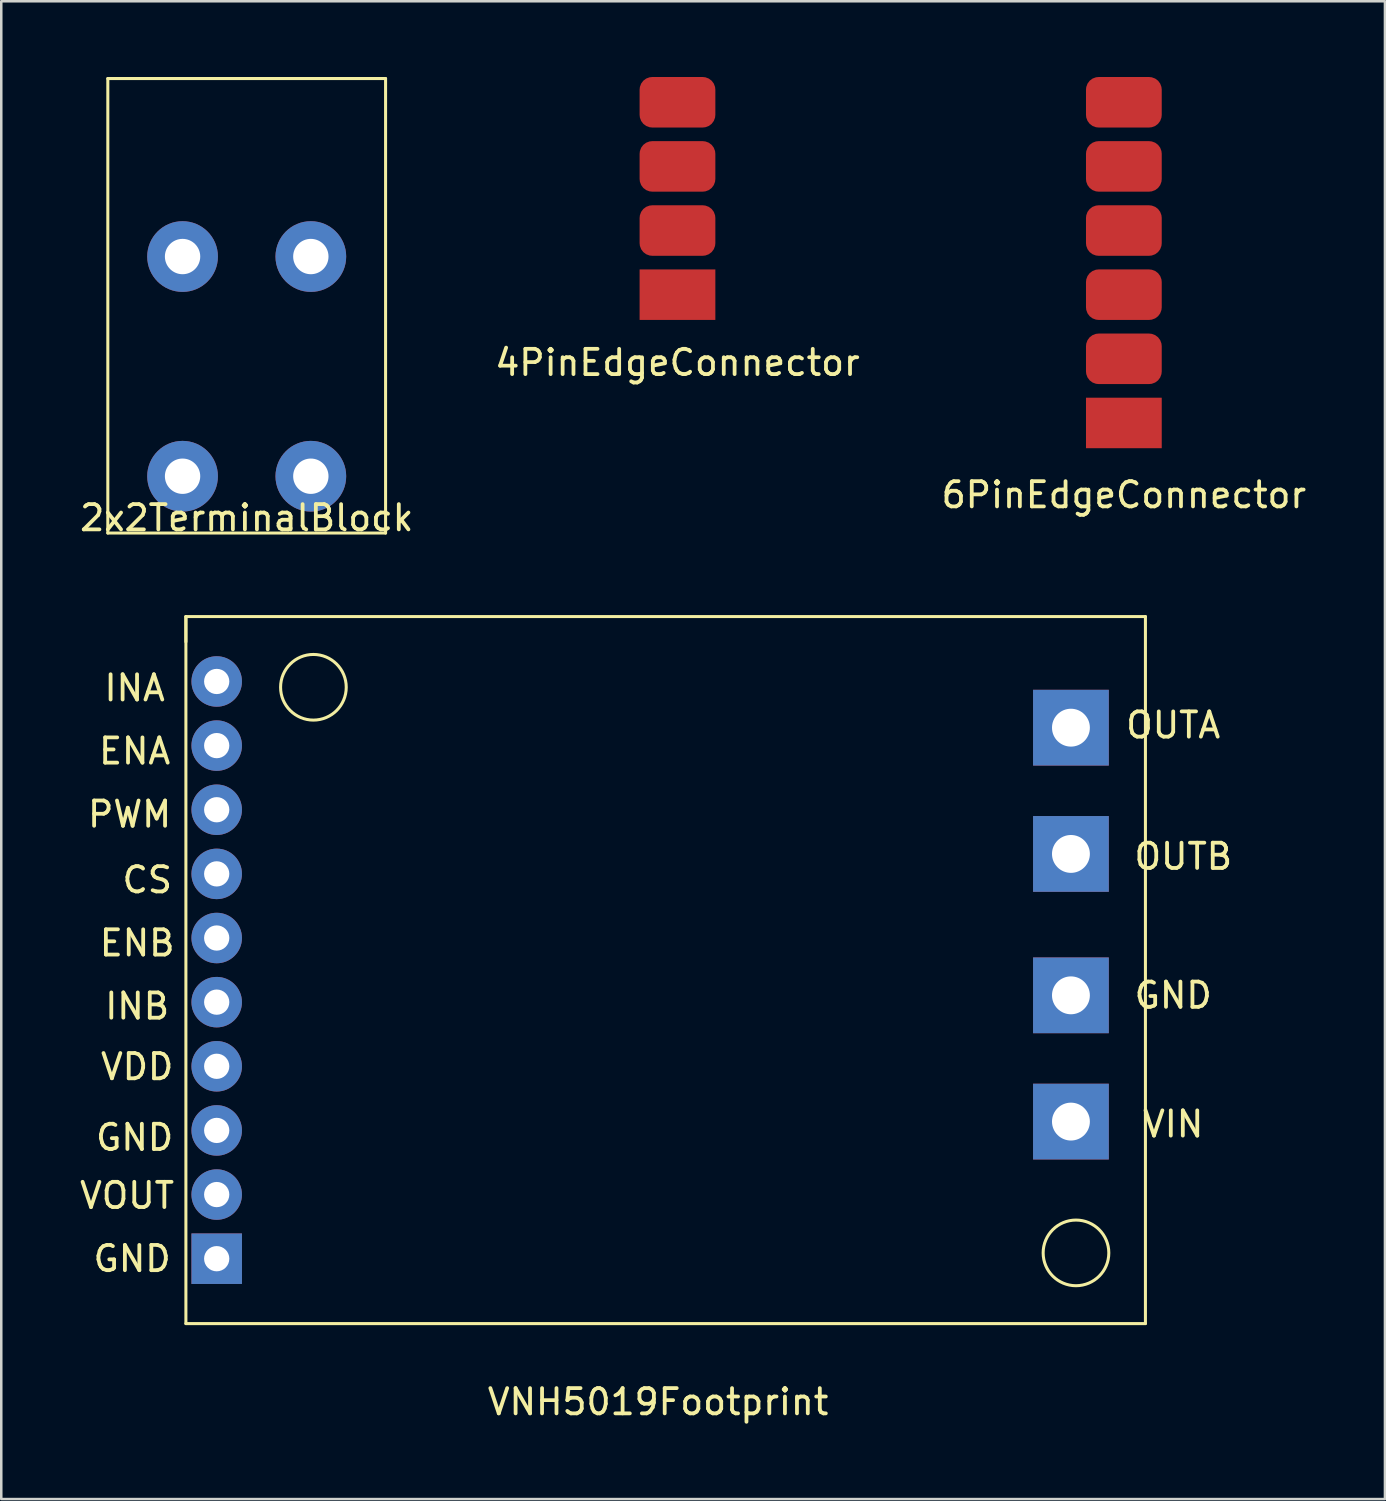
<source format=kicad_pcb>
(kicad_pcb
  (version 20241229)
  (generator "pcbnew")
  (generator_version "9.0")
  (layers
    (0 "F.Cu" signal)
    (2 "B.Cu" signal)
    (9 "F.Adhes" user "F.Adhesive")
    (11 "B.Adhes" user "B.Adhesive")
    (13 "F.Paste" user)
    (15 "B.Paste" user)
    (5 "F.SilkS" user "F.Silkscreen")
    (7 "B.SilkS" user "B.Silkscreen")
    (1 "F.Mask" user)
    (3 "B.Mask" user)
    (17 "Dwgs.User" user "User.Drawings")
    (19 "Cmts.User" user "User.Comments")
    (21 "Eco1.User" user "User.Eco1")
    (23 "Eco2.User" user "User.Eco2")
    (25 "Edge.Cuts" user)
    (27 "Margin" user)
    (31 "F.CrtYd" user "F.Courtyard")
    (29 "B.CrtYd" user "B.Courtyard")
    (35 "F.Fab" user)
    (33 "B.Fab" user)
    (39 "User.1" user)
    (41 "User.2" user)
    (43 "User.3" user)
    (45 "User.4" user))
  (footprint "6PinEdgeConnector"
    (layer "F.Cu")
    (at 41.458 7.35)
    (property "Reference" "6PinEdgeConnector" (at 0 9.2 0) (layer "F.SilkS") (effects (font (size 1 1) (thickness 0.15))))
    (attr through_hole)
    (pad "1" smd rect (at 0 6.35) (size 3 2) (layers "F.Cu" "F.Mask" "F.Paste"))
    (pad "2" smd roundrect (at 0 3.81) (size 3 2) (layers "F.Cu" "F.Mask" "F.Paste") (roundrect_rratio 0.25))
    (pad "3" smd roundrect (at 0 1.27) (size 3 2) (layers "F.Cu" "F.Mask" "F.Paste") (roundrect_rratio 0.25))
    (pad "4" smd roundrect (at 0 -1.27) (size 3 2) (layers "F.Cu" "F.Mask" "F.Paste") (roundrect_rratio 0.25))
    (pad "5" smd roundrect (at 0 -3.81) (size 3 2) (layers "F.Cu" "F.Mask" "F.Paste") (roundrect_rratio 0.25))
    (pad "6" smd roundrect (at 0 -6.35) (size 3 2) (layers "F.Cu" "F.Mask" "F.Paste") (roundrect_rratio 0.25)))
  (footprint "4PinEdgeConnector"
    (layer "F.Cu")
    (at 23.78 4.81)
    (property "Reference" "4PinEdgeConnector" (at 0 6.5 0) (layer "F.SilkS") (effects (font (size 1 1) (thickness 0.15))))
    (attr through_hole)
    (pad "1" smd rect (at 0 3.81) (size 3 2) (layers "F.Cu" "F.Mask" "F.Paste"))
    (pad "2" smd roundrect (at 0 1.27) (size 3 2) (layers "F.Cu" "F.Mask" "F.Paste") (roundrect_rratio 0.25))
    (pad "3" smd roundrect (at 0 -1.27) (size 3 2) (layers "F.Cu" "F.Mask" "F.Paste") (roundrect_rratio 0.25))
    (pad "4" smd roundrect (at 0 -3.81) (size 3 2) (layers "F.Cu" "F.Mask" "F.Paste") (roundrect_rratio 0.25)))
  (footprint "VNH5019Footprint"
    (layer "F.Cu")
    (at 23.312 35.368)
    (property "Reference" "VNH5019Footprint" (at -0.3 17.1 0) (layer "F.SilkS") (effects (font (size 1 1) (thickness 0.15))))
    (attr through_hole)
    (fp_line (start -19 -14) (end 19 -14) (stroke (width 0.12) (type solid)) (layer "F.SilkS"))
    (fp_line (start -19 -13) (end -19 -14) (stroke (width 0.12) (type solid)) (layer "F.SilkS"))
    (fp_line (start -19 14) (end -19 -14) (stroke (width 0.12) (type solid)) (layer "F.SilkS"))
    (fp_line (start 19 -14) (end 19 14) (stroke (width 0.12) (type solid)) (layer "F.SilkS"))
    (fp_line (start 19 14) (end -19 14) (stroke (width 0.12) (type solid)) (layer "F.SilkS"))
    (fp_circle (center -13.95 -11.2) (end -12.65 -11.2) (stroke (width 0.12) (type solid)) (fill no) (layer "F.SilkS"))
    (fp_circle (center 16.25 11.2) (end 17.55 11.2) (stroke (width 0.12) (type solid)) (fill no) (layer "F.SilkS"))
    (fp_text user "GND" (at -21.03 6.63 0) (layer "F.SilkS") (effects (font (size 1 1) (thickness 0.15))))
    (fp_text user "CS" (at -20.53 -3.57 0) (layer "F.SilkS") (effects (font (size 1 1) (thickness 0.15))))
    (fp_text user "VDD" (at -20.93 3.83 0) (layer "F.SilkS") (effects (font (size 1 1) (thickness 0.15))))
    (fp_text user "VIN" (at 20.1 6.1 0) (layer "F.SilkS") (effects (font (size 1 1) (thickness 0.15))))
    (fp_text user "OUTA" (at 20.1 -9.7 0) (layer "F.SilkS") (effects (font (size 1 1) (thickness 0.15))))
    (fp_text user "VOUT" (at -21.33 8.93 0) (layer "F.SilkS") (effects (font (size 1 1) (thickness 0.15))))
    (fp_text user "GND" (at 20.1 1 0) (layer "F.SilkS") (effects (font (size 1 1) (thickness 0.15))))
    (fp_text user "GND" (at -21.13 11.43 0) (layer "F.SilkS") (effects (font (size 1 1) (thickness 0.15))))
    (fp_text user "INB" (at -20.93 1.43 0) (layer "F.SilkS") (effects (font (size 1 1) (thickness 0.15))))
    (fp_text user "ENB" (at -20.93 -1.07 0) (layer "F.SilkS") (effects (font (size 1 1) (thickness 0.15))))
    (fp_text user "ENA" (at -21.03 -8.67 0) (layer "F.SilkS") (effects (font (size 1 1) (thickness 0.15))))
    (fp_text user "INA" (at -21.03 -11.17 0) (layer "F.SilkS") (effects (font (size 1 1) (thickness 0.15))))
    (fp_text user "PWM" (at -21.23 -6.17 0) (layer "F.SilkS") (effects (font (size 1 1) (thickness 0.15))))
    (fp_text user "OUTB" (at 20.5 -4.5 0) (layer "F.SilkS") (effects (font (size 1 1) (thickness 0.15))))
    (pad "1" thru_hole rect (at -17.78 11.43) (size 2 2) (drill 1) (layers "*.Cu" "*.Mask"))
    (pad "2" thru_hole circle (at -17.78 8.89) (size 2 2) (drill 1) (layers "*.Cu" "*.Mask"))
    (pad "3" thru_hole circle (at -17.78 6.35) (size 2 2) (drill 1) (layers "*.Cu" "*.Mask"))
    (pad "4" thru_hole circle (at -17.78 3.81) (size 2 2) (drill 1) (layers "*.Cu" "*.Mask"))
    (pad "5" thru_hole circle (at -17.78 1.27) (size 2 2) (drill 1) (layers "*.Cu" "*.Mask"))
    (pad "6" thru_hole circle (at -17.78 -1.27) (size 2 2) (drill 1) (layers "*.Cu" "*.Mask"))
    (pad "7" thru_hole circle (at -17.78 -3.81) (size 2 2) (drill 1) (layers "*.Cu" "*.Mask"))
    (pad "8" thru_hole circle (at -17.78 -6.35) (size 2 2) (drill 1) (layers "*.Cu" "*.Mask"))
    (pad "9" thru_hole circle (at -17.78 -8.89) (size 2 2) (drill 1) (layers "*.Cu" "*.Mask"))
    (pad "10" thru_hole circle (at -17.78 -11.43) (size 2 2) (drill 1) (layers "*.Cu" "*.Mask"))
    (pad "11" thru_hole custom (at 16.05 -9.6) (size 3 3) (drill 1.5) (layers "*.Cu" "*.Mask") (options (anchor rect)) (primitives))
    (pad "12" thru_hole custom (at 16.05 -4.6) (size 3 3) (drill 1.5) (layers "*.Cu" "*.Mask") (options (anchor rect)) (primitives))
    (pad "13" thru_hole custom (at 16.05 1) (size 3 3) (drill 1.5) (layers "*.Cu" "*.Mask") (options (anchor rect)) (primitives))
    (pad "14" thru_hole custom (at 16.05 6) (size 3 3) (drill 1.5) (layers "*.Cu" "*.Mask") (options (anchor rect)) (primitives)))
  (footprint "2x2TerminalBlock"
    (layer "F.Cu")
    (at 6.72 11.46)
    (property "Reference" "2x2TerminalBlock" (at 0 6 0) (layer "F.SilkS") (effects (font (size 1 1) (thickness 0.15))))
    (attr through_hole)
    (fp_line (start -5.5 -11.4) (end -5.5 6.6) (stroke (width 0.12) (type solid)) (layer "F.SilkS"))
    (fp_line (start -5.5 6.6) (end 5.5 6.6) (stroke (width 0.12) (type solid)) (layer "F.SilkS"))
    (fp_line (start 5.5 -11.4) (end -5.5 -11.4) (stroke (width 0.12) (type solid)) (layer "F.SilkS"))
    (fp_line (start 5.5 6.6) (end 5.5 -11.4) (stroke (width 0.12) (type solid)) (layer "F.SilkS"))
    (pad "1" thru_hole circle (at -2.54 -4.35) (size 2.8 2.8) (drill 1.4) (layers "*.Cu" "*.Mask"))
    (pad "2" thru_hole circle (at 2.54 -4.35) (size 2.8 2.8) (drill 1.4) (layers "*.Cu" "*.Mask"))
    (pad "3" thru_hole circle (at -2.54 4.35) (size 2.8 2.8) (drill 1.4) (layers "*.Cu" "*.Mask"))
    (pad "4" thru_hole circle (at 2.54 4.35) (size 2.8 2.8) (drill 1.4) (layers "*.Cu" "*.Mask")))
  (gr_rect
    (start -3 -3)
    (end 51.798 56.316)
    (stroke (width 0.1) (type default))
    (fill no)
    (layer "Edge.Cuts")))
</source>
